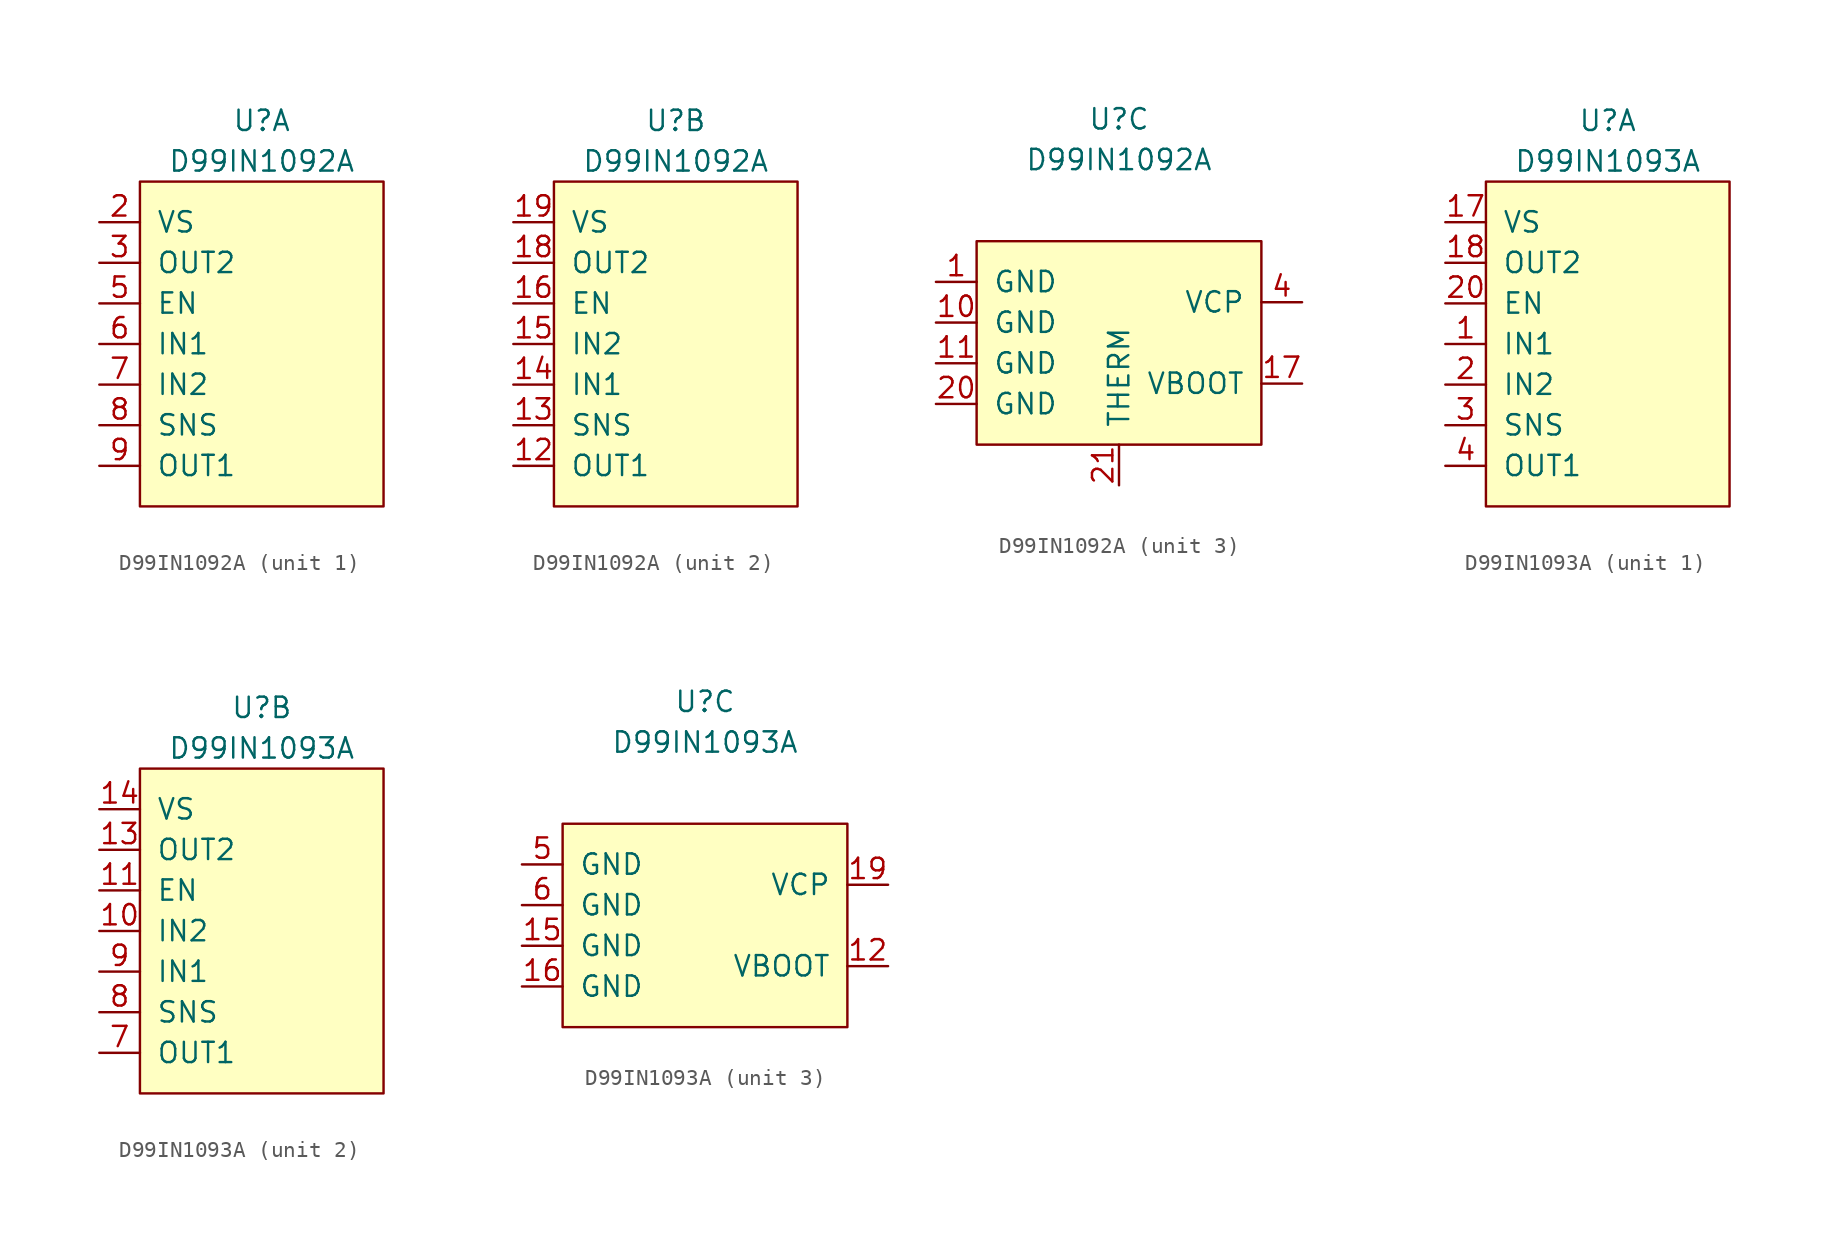
<source format=kicad_sym>
(kicad_symbol_lib
  (version 20201005)
  (generator kicad_symbol_editor)
  (symbol "D99IN1092A"
    (pin_names
      (offset 1.016))
    (property "Reference" "U"
      (at 0 13.97 0)
      (effects (font (size 1.27 1.27))))
    (property "Value" "D99IN1092A"
      (at 0 11.43 0)
      (effects (font (size 1.27 1.27))))
    (property "ki_locked" ""
      (at 0 0 0)
      (effects (font (size 1.27 1.27))))
    (symbol "D99IN1092A_1_1"
      (rectangle (start -7.62 10.16) (end 7.62 -10.16) (stroke (width 0.152)) (fill (type background)))
      (pin power_in line (at -10.16 7.62 0) (length 2.54) (name "VS" (effects (font (size 1.27 1.27)))) (number "2" (effects (font (size 1.27 1.27)))))
      (pin power_out line (at -10.16 5.08 0) (length 2.54) (name "OUT2" (effects (font (size 1.27 1.27)))) (number "3" (effects (font (size 1.27 1.27)))))
      (pin input line (at -10.16 2.54 0) (length 2.54) (name "EN" (effects (font (size 1.27 1.27)))) (number "5" (effects (font (size 1.27 1.27)))))
      (pin input line (at -10.16 0 0) (length 2.54) (name "IN1" (effects (font (size 1.27 1.27)))) (number "6" (effects (font (size 1.27 1.27)))))
      (pin input line (at -10.16 -2.54 0) (length 2.54) (name "IN2" (effects (font (size 1.27 1.27)))) (number "7" (effects (font (size 1.27 1.27)))))
      (pin input line (at -10.16 -5.08 0) (length 2.54) (name "SNS" (effects (font (size 1.27 1.27)))) (number "8" (effects (font (size 1.27 1.27)))))
      (pin power_out line (at -10.16 -7.62 0) (length 2.54) (name "OUT1" (effects (font (size 1.27 1.27)))) (number "9" (effects (font (size 1.27 1.27))))))
    (symbol "D99IN1092A_2_1"
      (rectangle (start -7.62 10.16) (end 7.62 -10.16) (stroke (width 0.152)) (fill (type background)))
      (pin power_out line (at -10.16 -7.62 0) (length 2.54) (name "OUT1" (effects (font (size 1.27 1.27)))) (number "12" (effects (font (size 1.27 1.27)))))
      (pin input line (at -10.16 -5.08 0) (length 2.54) (name "SNS" (effects (font (size 1.27 1.27)))) (number "13" (effects (font (size 1.27 1.27)))))
      (pin input line (at -10.16 -2.54 0) (length 2.54) (name "IN1" (effects (font (size 1.27 1.27)))) (number "14" (effects (font (size 1.27 1.27)))))
      (pin input line (at -10.16 0 0) (length 2.54) (name "IN2" (effects (font (size 1.27 1.27)))) (number "15" (effects (font (size 1.27 1.27)))))
      (pin input line (at -10.16 2.54 0) (length 2.54) (name "EN" (effects (font (size 1.27 1.27)))) (number "16" (effects (font (size 1.27 1.27)))))
      (pin power_out line (at -10.16 5.08 0) (length 2.54) (name "OUT2" (effects (font (size 1.27 1.27)))) (number "18" (effects (font (size 1.27 1.27)))))
      (pin power_in line (at -10.16 7.62 0) (length 2.54) (name "VS" (effects (font (size 1.27 1.27)))) (number "19" (effects (font (size 1.27 1.27))))))
    (symbol "D99IN1092A_3_1"
      (rectangle (start -8.89 6.35) (end 8.89 -6.35) (stroke (width 0.152)) (fill (type background)))
      (pin power_in line (at -11.43 3.81 0) (length 2.54) (name "GND" (effects (font (size 1.27 1.27)))) (number "1" (effects (font (size 1.27 1.27)))))
      (pin power_in line (at -11.43 1.27 0) (length 2.54) (name "GND" (effects (font (size 1.27 1.27)))) (number "10" (effects (font (size 1.27 1.27)))))
      (pin power_in line (at -11.43 -1.27 0) (length 2.54) (name "GND" (effects (font (size 1.27 1.27)))) (number "11" (effects (font (size 1.27 1.27)))))
      (pin power_in line (at 11.43 -2.54 180) (length 2.54) (name "VBOOT" (effects (font (size 1.27 1.27)))) (number "17" (effects (font (size 1.27 1.27)))))
      (pin power_in line (at -11.43 -3.81 0) (length 2.54) (name "GND" (effects (font (size 1.27 1.27)))) (number "20" (effects (font (size 1.27 1.27)))))
      (pin passive line (at 0 -8.89 90) (length 2.54) (name "THERM" (effects (font (size 1.27 1.27)))) (number "21" (effects (font (size 1.27 1.27)))))
      (pin power_in line (at 11.43 2.54 180) (length 2.54) (name "VCP" (effects (font (size 1.27 1.27)))) (number "4" (effects (font (size 1.27 1.27)))))))
  (symbol "D99IN1093A"
    (pin_names
      (offset 1.016))
    (property "Reference" "U"
      (at 0 13.97 0)
      (effects (font (size 1.27 1.27))))
    (property "Value" "D99IN1093A"
      (at 0 11.43 0)
      (effects (font (size 1.27 1.27))))
    (property "ki_locked" ""
      (at 0 0 0)
      (effects (font (size 1.27 1.27))))
    (symbol "D99IN1093A_1_1"
      (rectangle (start -7.62 10.16) (end 7.62 -10.16) (stroke (width 0.152)) (fill (type background)))
      (pin input line (at -10.16 0 0) (length 2.54) (name "IN1" (effects (font (size 1.27 1.27)))) (number "1" (effects (font (size 1.27 1.27)))))
      (pin power_in line (at -10.16 7.62 0) (length 2.54) (name "VS" (effects (font (size 1.27 1.27)))) (number "17" (effects (font (size 1.27 1.27)))))
      (pin power_out line (at -10.16 5.08 0) (length 2.54) (name "OUT2" (effects (font (size 1.27 1.27)))) (number "18" (effects (font (size 1.27 1.27)))))
      (pin input line (at -10.16 -2.54 0) (length 2.54) (name "IN2" (effects (font (size 1.27 1.27)))) (number "2" (effects (font (size 1.27 1.27)))))
      (pin input line (at -10.16 2.54 0) (length 2.54) (name "EN" (effects (font (size 1.27 1.27)))) (number "20" (effects (font (size 1.27 1.27)))))
      (pin input line (at -10.16 -5.08 0) (length 2.54) (name "SNS" (effects (font (size 1.27 1.27)))) (number "3" (effects (font (size 1.27 1.27)))))
      (pin power_out line (at -10.16 -7.62 0) (length 2.54) (name "OUT1" (effects (font (size 1.27 1.27)))) (number "4" (effects (font (size 1.27 1.27))))))
    (symbol "D99IN1093A_2_1"
      (rectangle (start -7.62 10.16) (end 7.62 -10.16) (stroke (width 0.152)) (fill (type background)))
      (pin input line (at -10.16 0 0) (length 2.54) (name "IN2" (effects (font (size 1.27 1.27)))) (number "10" (effects (font (size 1.27 1.27)))))
      (pin input line (at -10.16 2.54 0) (length 2.54) (name "EN" (effects (font (size 1.27 1.27)))) (number "11" (effects (font (size 1.27 1.27)))))
      (pin power_out line (at -10.16 5.08 0) (length 2.54) (name "OUT2" (effects (font (size 1.27 1.27)))) (number "13" (effects (font (size 1.27 1.27)))))
      (pin power_in line (at -10.16 7.62 0) (length 2.54) (name "VS" (effects (font (size 1.27 1.27)))) (number "14" (effects (font (size 1.27 1.27)))))
      (pin power_out line (at -10.16 -7.62 0) (length 2.54) (name "OUT1" (effects (font (size 1.27 1.27)))) (number "7" (effects (font (size 1.27 1.27)))))
      (pin input line (at -10.16 -5.08 0) (length 2.54) (name "SNS" (effects (font (size 1.27 1.27)))) (number "8" (effects (font (size 1.27 1.27)))))
      (pin input line (at -10.16 -2.54 0) (length 2.54) (name "IN1" (effects (font (size 1.27 1.27)))) (number "9" (effects (font (size 1.27 1.27))))))
    (symbol "D99IN1093A_3_1"
      (rectangle (start -8.89 6.35) (end 8.89 -6.35) (stroke (width 0.152)) (fill (type background)))
      (pin power_in line (at 11.43 -2.54 180) (length 2.54) (name "VBOOT" (effects (font (size 1.27 1.27)))) (number "12" (effects (font (size 1.27 1.27)))))
      (pin power_in line (at -11.43 -1.27 0) (length 2.54) (name "GND" (effects (font (size 1.27 1.27)))) (number "15" (effects (font (size 1.27 1.27)))))
      (pin power_in line (at -11.43 -3.81 0) (length 2.54) (name "GND" (effects (font (size 1.27 1.27)))) (number "16" (effects (font (size 1.27 1.27)))))
      (pin power_in line (at 11.43 2.54 180) (length 2.54) (name "VCP" (effects (font (size 1.27 1.27)))) (number "19" (effects (font (size 1.27 1.27)))))
      (pin power_in line (at -11.43 3.81 0) (length 2.54) (name "GND" (effects (font (size 1.27 1.27)))) (number "5" (effects (font (size 1.27 1.27)))))
      (pin power_in line (at -11.43 1.27 0) (length 2.54) (name "GND" (effects (font (size 1.27 1.27)))) (number "6" (effects (font (size 1.27 1.27))))))))
</source>
